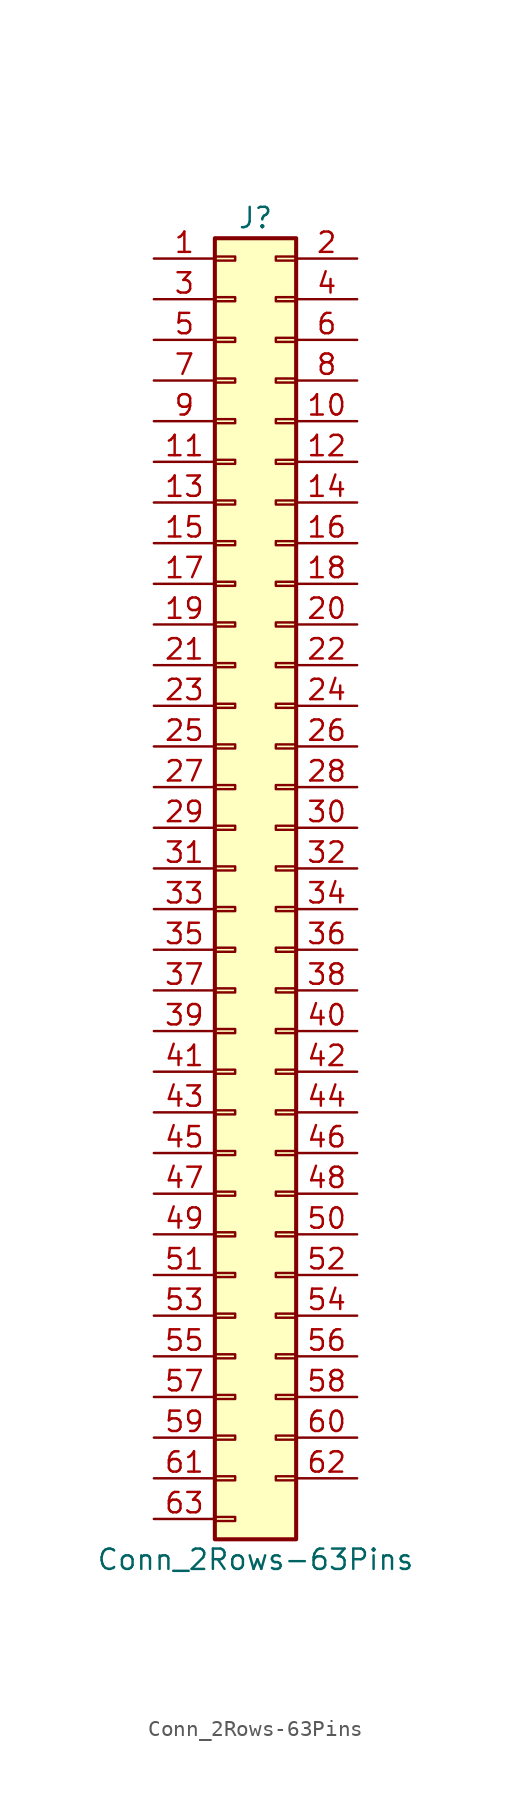
<source format=kicad_sym>
(kicad_symbol_lib
  (version 20220914)
  (generator kicad_symbol_editor)
  (symbol "Conn_2Rows-63Pins"
    (pin_names
      (offset 1.016) hide)
    (property "Reference" "J"
      (at 1.27 40.64 0)
      (effects (font (size 1.27 1.27))))
    (property "Value" "Conn_2Rows-63Pins"
      (at 1.27 -43.18 0)
      (effects (font (size 1.27 1.27))))
    (symbol "Conn_2Rows-63Pins_1_1"
      (rectangle (start -1.27 -40.513) (end 0 -40.767) (stroke (width 0.152) (type default)) (fill (type none)))
      (rectangle (start -1.27 -37.973) (end 0 -38.227) (stroke (width 0.152) (type default)) (fill (type none)))
      (rectangle (start -1.27 -35.433) (end 0 -35.687) (stroke (width 0.152) (type default)) (fill (type none)))
      (rectangle (start -1.27 -32.893) (end 0 -33.147) (stroke (width 0.152) (type default)) (fill (type none)))
      (rectangle (start -1.27 -30.353) (end 0 -30.607) (stroke (width 0.152) (type default)) (fill (type none)))
      (rectangle (start -1.27 -27.813) (end 0 -28.067) (stroke (width 0.152) (type default)) (fill (type none)))
      (rectangle (start -1.27 -25.273) (end 0 -25.527) (stroke (width 0.152) (type default)) (fill (type none)))
      (rectangle (start -1.27 -22.733) (end 0 -22.987) (stroke (width 0.152) (type default)) (fill (type none)))
      (rectangle (start -1.27 -20.193) (end 0 -20.447) (stroke (width 0.152) (type default)) (fill (type none)))
      (rectangle (start -1.27 -17.653) (end 0 -17.907) (stroke (width 0.152) (type default)) (fill (type none)))
      (rectangle (start -1.27 -15.113) (end 0 -15.367) (stroke (width 0.152) (type default)) (fill (type none)))
      (rectangle (start -1.27 -12.573) (end 0 -12.827) (stroke (width 0.152) (type default)) (fill (type none)))
      (rectangle (start -1.27 -10.033) (end 0 -10.287) (stroke (width 0.152) (type default)) (fill (type none)))
      (rectangle (start -1.27 -7.493) (end 0 -7.747) (stroke (width 0.152) (type default)) (fill (type none)))
      (rectangle (start -1.27 -4.953) (end 0 -5.207) (stroke (width 0.152) (type default)) (fill (type none)))
      (rectangle (start -1.27 -2.413) (end 0 -2.667) (stroke (width 0.152) (type default)) (fill (type none)))
      (rectangle (start -1.27 0.127) (end 0 -0.127) (stroke (width 0.152) (type default)) (fill (type none)))
      (rectangle (start -1.27 2.667) (end 0 2.413) (stroke (width 0.152) (type default)) (fill (type none)))
      (rectangle (start -1.27 5.207) (end 0 4.953) (stroke (width 0.152) (type default)) (fill (type none)))
      (rectangle (start -1.27 7.747) (end 0 7.493) (stroke (width 0.152) (type default)) (fill (type none)))
      (rectangle (start -1.27 10.287) (end 0 10.033) (stroke (width 0.152) (type default)) (fill (type none)))
      (rectangle (start -1.27 12.827) (end 0 12.573) (stroke (width 0.152) (type default)) (fill (type none)))
      (rectangle (start -1.27 15.367) (end 0 15.113) (stroke (width 0.152) (type default)) (fill (type none)))
      (rectangle (start -1.27 17.907) (end 0 17.653) (stroke (width 0.152) (type default)) (fill (type none)))
      (rectangle (start -1.27 20.447) (end 0 20.193) (stroke (width 0.152) (type default)) (fill (type none)))
      (rectangle (start -1.27 22.987) (end 0 22.733) (stroke (width 0.152) (type default)) (fill (type none)))
      (rectangle (start -1.27 25.527) (end 0 25.273) (stroke (width 0.152) (type default)) (fill (type none)))
      (rectangle (start -1.27 28.067) (end 0 27.813) (stroke (width 0.152) (type default)) (fill (type none)))
      (rectangle (start -1.27 30.607) (end 0 30.353) (stroke (width 0.152) (type default)) (fill (type none)))
      (rectangle (start -1.27 33.147) (end 0 32.893) (stroke (width 0.152) (type default)) (fill (type none)))
      (rectangle (start -1.27 35.687) (end 0 35.433) (stroke (width 0.152) (type default)) (fill (type none)))
      (rectangle (start -1.27 38.227) (end 0 37.973) (stroke (width 0.152) (type default)) (fill (type none)))
      (rectangle (start -1.27 39.37) (end 3.81 -41.91) (stroke (width 0.254) (type default)) (fill (type background)))
      (rectangle (start 3.81 -37.973) (end 2.54 -38.227) (stroke (width 0.152) (type default)) (fill (type none)))
      (rectangle (start 3.81 -35.433) (end 2.54 -35.687) (stroke (width 0.152) (type default)) (fill (type none)))
      (rectangle (start 3.81 -32.893) (end 2.54 -33.147) (stroke (width 0.152) (type default)) (fill (type none)))
      (rectangle (start 3.81 -30.353) (end 2.54 -30.607) (stroke (width 0.152) (type default)) (fill (type none)))
      (rectangle (start 3.81 -27.813) (end 2.54 -28.067) (stroke (width 0.152) (type default)) (fill (type none)))
      (rectangle (start 3.81 -25.273) (end 2.54 -25.527) (stroke (width 0.152) (type default)) (fill (type none)))
      (rectangle (start 3.81 -22.733) (end 2.54 -22.987) (stroke (width 0.152) (type default)) (fill (type none)))
      (rectangle (start 3.81 -20.193) (end 2.54 -20.447) (stroke (width 0.152) (type default)) (fill (type none)))
      (rectangle (start 3.81 -17.653) (end 2.54 -17.907) (stroke (width 0.152) (type default)) (fill (type none)))
      (rectangle (start 3.81 -15.113) (end 2.54 -15.367) (stroke (width 0.152) (type default)) (fill (type none)))
      (rectangle (start 3.81 -12.573) (end 2.54 -12.827) (stroke (width 0.152) (type default)) (fill (type none)))
      (rectangle (start 3.81 -10.033) (end 2.54 -10.287) (stroke (width 0.152) (type default)) (fill (type none)))
      (rectangle (start 3.81 -7.493) (end 2.54 -7.747) (stroke (width 0.152) (type default)) (fill (type none)))
      (rectangle (start 3.81 -4.953) (end 2.54 -5.207) (stroke (width 0.152) (type default)) (fill (type none)))
      (rectangle (start 3.81 -2.413) (end 2.54 -2.667) (stroke (width 0.152) (type default)) (fill (type none)))
      (rectangle (start 3.81 0.127) (end 2.54 -0.127) (stroke (width 0.152) (type default)) (fill (type none)))
      (rectangle (start 3.81 2.667) (end 2.54 2.413) (stroke (width 0.152) (type default)) (fill (type none)))
      (rectangle (start 3.81 5.207) (end 2.54 4.953) (stroke (width 0.152) (type default)) (fill (type none)))
      (rectangle (start 3.81 7.747) (end 2.54 7.493) (stroke (width 0.152) (type default)) (fill (type none)))
      (rectangle (start 3.81 10.287) (end 2.54 10.033) (stroke (width 0.152) (type default)) (fill (type none)))
      (rectangle (start 3.81 12.827) (end 2.54 12.573) (stroke (width 0.152) (type default)) (fill (type none)))
      (rectangle (start 3.81 15.367) (end 2.54 15.113) (stroke (width 0.152) (type default)) (fill (type none)))
      (rectangle (start 3.81 17.907) (end 2.54 17.653) (stroke (width 0.152) (type default)) (fill (type none)))
      (rectangle (start 3.81 20.447) (end 2.54 20.193) (stroke (width 0.152) (type default)) (fill (type none)))
      (rectangle (start 3.81 22.987) (end 2.54 22.733) (stroke (width 0.152) (type default)) (fill (type none)))
      (rectangle (start 3.81 25.527) (end 2.54 25.273) (stroke (width 0.152) (type default)) (fill (type none)))
      (rectangle (start 3.81 28.067) (end 2.54 27.813) (stroke (width 0.152) (type default)) (fill (type none)))
      (rectangle (start 3.81 30.607) (end 2.54 30.353) (stroke (width 0.152) (type default)) (fill (type none)))
      (rectangle (start 3.81 33.147) (end 2.54 32.893) (stroke (width 0.152) (type default)) (fill (type none)))
      (rectangle (start 3.81 35.687) (end 2.54 35.433) (stroke (width 0.152) (type default)) (fill (type none)))
      (rectangle (start 3.81 38.227) (end 2.54 37.973) (stroke (width 0.152) (type default)) (fill (type none)))
      (pin passive line (at -5.08 38.1 0) (length 3.81) (name "Pin_1" (effects (font (size 1.27 1.27)))) (number "1" (effects (font (size 1.27 1.27)))))
      (pin passive line (at 7.62 27.94 180) (length 3.81) (name "Pin_10" (effects (font (size 1.27 1.27)))) (number "10" (effects (font (size 1.27 1.27)))))
      (pin passive line (at -5.08 25.4 0) (length 3.81) (name "Pin_11" (effects (font (size 1.27 1.27)))) (number "11" (effects (font (size 1.27 1.27)))))
      (pin passive line (at 7.62 25.4 180) (length 3.81) (name "Pin_12" (effects (font (size 1.27 1.27)))) (number "12" (effects (font (size 1.27 1.27)))))
      (pin passive line (at -5.08 22.86 0) (length 3.81) (name "Pin_13" (effects (font (size 1.27 1.27)))) (number "13" (effects (font (size 1.27 1.27)))))
      (pin passive line (at 7.62 22.86 180) (length 3.81) (name "Pin_14" (effects (font (size 1.27 1.27)))) (number "14" (effects (font (size 1.27 1.27)))))
      (pin passive line (at -5.08 20.32 0) (length 3.81) (name "Pin_15" (effects (font (size 1.27 1.27)))) (number "15" (effects (font (size 1.27 1.27)))))
      (pin passive line (at 7.62 20.32 180) (length 3.81) (name "Pin_16" (effects (font (size 1.27 1.27)))) (number "16" (effects (font (size 1.27 1.27)))))
      (pin passive line (at -5.08 17.78 0) (length 3.81) (name "Pin_17" (effects (font (size 1.27 1.27)))) (number "17" (effects (font (size 1.27 1.27)))))
      (pin passive line (at 7.62 17.78 180) (length 3.81) (name "Pin_18" (effects (font (size 1.27 1.27)))) (number "18" (effects (font (size 1.27 1.27)))))
      (pin passive line (at -5.08 15.24 0) (length 3.81) (name "Pin_19" (effects (font (size 1.27 1.27)))) (number "19" (effects (font (size 1.27 1.27)))))
      (pin passive line (at 7.62 38.1 180) (length 3.81) (name "Pin_2" (effects (font (size 1.27 1.27)))) (number "2" (effects (font (size 1.27 1.27)))))
      (pin passive line (at 7.62 15.24 180) (length 3.81) (name "Pin_20" (effects (font (size 1.27 1.27)))) (number "20" (effects (font (size 1.27 1.27)))))
      (pin passive line (at -5.08 12.7 0) (length 3.81) (name "Pin_21" (effects (font (size 1.27 1.27)))) (number "21" (effects (font (size 1.27 1.27)))))
      (pin passive line (at 7.62 12.7 180) (length 3.81) (name "Pin_22" (effects (font (size 1.27 1.27)))) (number "22" (effects (font (size 1.27 1.27)))))
      (pin passive line (at -5.08 10.16 0) (length 3.81) (name "Pin_23" (effects (font (size 1.27 1.27)))) (number "23" (effects (font (size 1.27 1.27)))))
      (pin passive line (at 7.62 10.16 180) (length 3.81) (name "Pin_24" (effects (font (size 1.27 1.27)))) (number "24" (effects (font (size 1.27 1.27)))))
      (pin passive line (at -5.08 7.62 0) (length 3.81) (name "Pin_25" (effects (font (size 1.27 1.27)))) (number "25" (effects (font (size 1.27 1.27)))))
      (pin passive line (at 7.62 7.62 180) (length 3.81) (name "Pin_26" (effects (font (size 1.27 1.27)))) (number "26" (effects (font (size 1.27 1.27)))))
      (pin passive line (at -5.08 5.08 0) (length 3.81) (name "Pin_27" (effects (font (size 1.27 1.27)))) (number "27" (effects (font (size 1.27 1.27)))))
      (pin passive line (at 7.62 5.08 180) (length 3.81) (name "Pin_28" (effects (font (size 1.27 1.27)))) (number "28" (effects (font (size 1.27 1.27)))))
      (pin passive line (at -5.08 2.54 0) (length 3.81) (name "Pin_29" (effects (font (size 1.27 1.27)))) (number "29" (effects (font (size 1.27 1.27)))))
      (pin passive line (at -5.08 35.56 0) (length 3.81) (name "Pin_3" (effects (font (size 1.27 1.27)))) (number "3" (effects (font (size 1.27 1.27)))))
      (pin passive line (at 7.62 2.54 180) (length 3.81) (name "Pin_30" (effects (font (size 1.27 1.27)))) (number "30" (effects (font (size 1.27 1.27)))))
      (pin passive line (at -5.08 0 0) (length 3.81) (name "Pin_31" (effects (font (size 1.27 1.27)))) (number "31" (effects (font (size 1.27 1.27)))))
      (pin passive line (at 7.62 0 180) (length 3.81) (name "Pin_32" (effects (font (size 1.27 1.27)))) (number "32" (effects (font (size 1.27 1.27)))))
      (pin passive line (at -5.08 -2.54 0) (length 3.81) (name "Pin_33" (effects (font (size 1.27 1.27)))) (number "33" (effects (font (size 1.27 1.27)))))
      (pin passive line (at 7.62 -2.54 180) (length 3.81) (name "Pin_34" (effects (font (size 1.27 1.27)))) (number "34" (effects (font (size 1.27 1.27)))))
      (pin passive line (at -5.08 -5.08 0) (length 3.81) (name "Pin_35" (effects (font (size 1.27 1.27)))) (number "35" (effects (font (size 1.27 1.27)))))
      (pin passive line (at 7.62 -5.08 180) (length 3.81) (name "Pin_36" (effects (font (size 1.27 1.27)))) (number "36" (effects (font (size 1.27 1.27)))))
      (pin passive line (at -5.08 -7.62 0) (length 3.81) (name "Pin_37" (effects (font (size 1.27 1.27)))) (number "37" (effects (font (size 1.27 1.27)))))
      (pin passive line (at 7.62 -7.62 180) (length 3.81) (name "Pin_38" (effects (font (size 1.27 1.27)))) (number "38" (effects (font (size 1.27 1.27)))))
      (pin passive line (at -5.08 -10.16 0) (length 3.81) (name "Pin_39" (effects (font (size 1.27 1.27)))) (number "39" (effects (font (size 1.27 1.27)))))
      (pin passive line (at 7.62 35.56 180) (length 3.81) (name "Pin_4" (effects (font (size 1.27 1.27)))) (number "4" (effects (font (size 1.27 1.27)))))
      (pin passive line (at 7.62 -10.16 180) (length 3.81) (name "Pin_40" (effects (font (size 1.27 1.27)))) (number "40" (effects (font (size 1.27 1.27)))))
      (pin passive line (at -5.08 -12.7 0) (length 3.81) (name "Pin_41" (effects (font (size 1.27 1.27)))) (number "41" (effects (font (size 1.27 1.27)))))
      (pin passive line (at 7.62 -12.7 180) (length 3.81) (name "Pin_42" (effects (font (size 1.27 1.27)))) (number "42" (effects (font (size 1.27 1.27)))))
      (pin passive line (at -5.08 -15.24 0) (length 3.81) (name "Pin_43" (effects (font (size 1.27 1.27)))) (number "43" (effects (font (size 1.27 1.27)))))
      (pin passive line (at 7.62 -15.24 180) (length 3.81) (name "Pin_44" (effects (font (size 1.27 1.27)))) (number "44" (effects (font (size 1.27 1.27)))))
      (pin passive line (at -5.08 -17.78 0) (length 3.81) (name "Pin_45" (effects (font (size 1.27 1.27)))) (number "45" (effects (font (size 1.27 1.27)))))
      (pin passive line (at 7.62 -17.78 180) (length 3.81) (name "Pin_46" (effects (font (size 1.27 1.27)))) (number "46" (effects (font (size 1.27 1.27)))))
      (pin passive line (at -5.08 -20.32 0) (length 3.81) (name "Pin_47" (effects (font (size 1.27 1.27)))) (number "47" (effects (font (size 1.27 1.27)))))
      (pin passive line (at 7.62 -20.32 180) (length 3.81) (name "Pin_48" (effects (font (size 1.27 1.27)))) (number "48" (effects (font (size 1.27 1.27)))))
      (pin passive line (at -5.08 -22.86 0) (length 3.81) (name "Pin_49" (effects (font (size 1.27 1.27)))) (number "49" (effects (font (size 1.27 1.27)))))
      (pin passive line (at -5.08 33.02 0) (length 3.81) (name "Pin_5" (effects (font (size 1.27 1.27)))) (number "5" (effects (font (size 1.27 1.27)))))
      (pin passive line (at 7.62 -22.86 180) (length 3.81) (name "Pin_50" (effects (font (size 1.27 1.27)))) (number "50" (effects (font (size 1.27 1.27)))))
      (pin passive line (at -5.08 -25.4 0) (length 3.81) (name "Pin_51" (effects (font (size 1.27 1.27)))) (number "51" (effects (font (size 1.27 1.27)))))
      (pin passive line (at 7.62 -25.4 180) (length 3.81) (name "Pin_52" (effects (font (size 1.27 1.27)))) (number "52" (effects (font (size 1.27 1.27)))))
      (pin passive line (at -5.08 -27.94 0) (length 3.81) (name "Pin_53" (effects (font (size 1.27 1.27)))) (number "53" (effects (font (size 1.27 1.27)))))
      (pin passive line (at 7.62 -27.94 180) (length 3.81) (name "Pin_54" (effects (font (size 1.27 1.27)))) (number "54" (effects (font (size 1.27 1.27)))))
      (pin passive line (at -5.08 -30.48 0) (length 3.81) (name "Pin_55" (effects (font (size 1.27 1.27)))) (number "55" (effects (font (size 1.27 1.27)))))
      (pin passive line (at 7.62 -30.48 180) (length 3.81) (name "Pin_56" (effects (font (size 1.27 1.27)))) (number "56" (effects (font (size 1.27 1.27)))))
      (pin passive line (at -5.08 -33.02 0) (length 3.81) (name "Pin_57" (effects (font (size 1.27 1.27)))) (number "57" (effects (font (size 1.27 1.27)))))
      (pin passive line (at 7.62 -33.02 180) (length 3.81) (name "Pin_58" (effects (font (size 1.27 1.27)))) (number "58" (effects (font (size 1.27 1.27)))))
      (pin passive line (at -5.08 -35.56 0) (length 3.81) (name "Pin_59" (effects (font (size 1.27 1.27)))) (number "59" (effects (font (size 1.27 1.27)))))
      (pin passive line (at 7.62 33.02 180) (length 3.81) (name "Pin_6" (effects (font (size 1.27 1.27)))) (number "6" (effects (font (size 1.27 1.27)))))
      (pin passive line (at 7.62 -35.56 180) (length 3.81) (name "Pin_60" (effects (font (size 1.27 1.27)))) (number "60" (effects (font (size 1.27 1.27)))))
      (pin passive line (at -5.08 -38.1 0) (length 3.81) (name "Pin_61" (effects (font (size 1.27 1.27)))) (number "61" (effects (font (size 1.27 1.27)))))
      (pin passive line (at 7.62 -38.1 180) (length 3.81) (name "Pin_62" (effects (font (size 1.27 1.27)))) (number "62" (effects (font (size 1.27 1.27)))))
      (pin passive line (at -5.08 -40.64 0) (length 3.81) (name "Pin_63" (effects (font (size 1.27 1.27)))) (number "63" (effects (font (size 1.27 1.27)))))
      (pin passive line (at -5.08 30.48 0) (length 3.81) (name "Pin_7" (effects (font (size 1.27 1.27)))) (number "7" (effects (font (size 1.27 1.27)))))
      (pin passive line (at 7.62 30.48 180) (length 3.81) (name "Pin_8" (effects (font (size 1.27 1.27)))) (number "8" (effects (font (size 1.27 1.27)))))
      (pin passive line (at -5.08 27.94 0) (length 3.81) (name "Pin_9" (effects (font (size 1.27 1.27)))) (number "9" (effects (font (size 1.27 1.27))))))))
</source>
